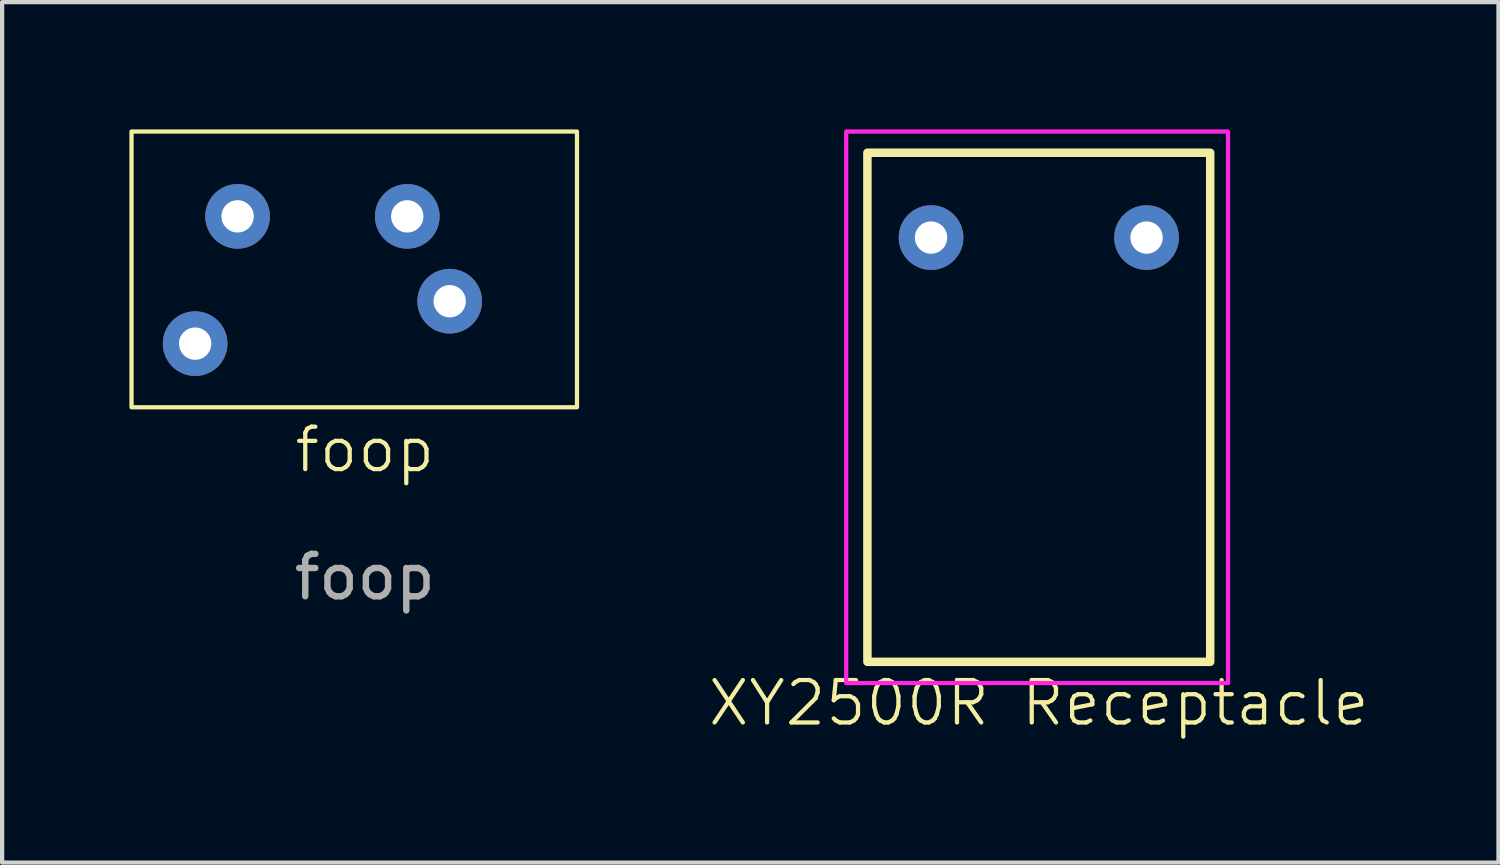
<source format=kicad_pcb>
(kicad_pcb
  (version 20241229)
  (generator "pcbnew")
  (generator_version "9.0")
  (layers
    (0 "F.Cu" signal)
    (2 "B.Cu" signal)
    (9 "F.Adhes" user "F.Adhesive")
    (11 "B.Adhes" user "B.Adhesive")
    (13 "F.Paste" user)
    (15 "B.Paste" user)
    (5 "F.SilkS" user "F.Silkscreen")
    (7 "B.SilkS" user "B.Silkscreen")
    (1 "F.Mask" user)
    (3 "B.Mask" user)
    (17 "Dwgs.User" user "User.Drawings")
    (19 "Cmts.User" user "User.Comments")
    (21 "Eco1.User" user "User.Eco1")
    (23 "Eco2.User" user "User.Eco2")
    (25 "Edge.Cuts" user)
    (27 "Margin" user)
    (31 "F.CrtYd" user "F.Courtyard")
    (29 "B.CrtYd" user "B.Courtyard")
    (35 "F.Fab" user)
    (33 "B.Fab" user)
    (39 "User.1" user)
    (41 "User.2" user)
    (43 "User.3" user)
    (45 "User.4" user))
  (footprint "foop"
    (layer "F.Cu")
    (at 5.55 8.05)
    (property "Reference" "foop" (at 0 -0.5 0) (unlocked yes) (layer "F.SilkS") (effects (font (size 1 1) (thickness 0.1))))
    (attr through_hole)
    (fp_rect (start -5.5 -8) (end 5 -1.5) (stroke (width 0.1) (type default)) (fill no) (layer "F.SilkS"))
    (fp_text user "${REFERENCE}" (at 0 2.5 0) (unlocked yes) (layer "F.Fab") (effects (font (size 1 1) (thickness 0.15))))
    (pad "1" thru_hole circle (at -3 -6) (size 1.524 1.524) (drill 0.762) (layers "*.Cu" "*.Mask"))
    (pad "2" thru_hole circle (at 1 -6) (size 1.524 1.524) (drill 0.762) (layers "*.Cu" "*.Mask"))
    (pad "3" thru_hole circle (at 2 -4) (size 1.524 1.524) (drill 0.762) (layers "*.Cu" "*.Mask"))
    (pad "4" thru_hole circle (at -4 -3) (size 1.524 1.524) (drill 0.762) (layers "*.Cu" "*.Mask")))
  (footprint "XY2500R Receptacle"
    (layer "F.Cu")
    (at 17.396 12.55)
    (property "Reference" "XY2500R Receptacle" (at 4.04 0.972 0) (unlocked yes) (layer "F.SilkS") (effects (font (size 1 1) (thickness 0.1))))
    (attr through_hole)
    (fp_rect (start 0 -12) (end 8.08 0) (stroke (width 0.2) (type default)) (fill no) (layer "F.SilkS"))
    (fp_rect (start -0.5 -12.5) (end 8.5 0.5) (stroke (width 0.1) (type default)) (fill no) (layer "F.CrtYd"))
    (pad "1" thru_hole circle (at 1.5 -10) (size 1.524 1.524) (drill 0.762) (layers "*.Cu" "*.Mask"))
    (pad "2" thru_hole circle (at 6.58 -10) (size 1.524 1.524) (drill 0.762) (layers "*.Cu" "*.Mask")))
  (gr_rect
    (start -3 -3)
    (end 32.271 17.282)
    (stroke (width 0.1) (type default))
    (fill no)
    (layer "Edge.Cuts")))
</source>
